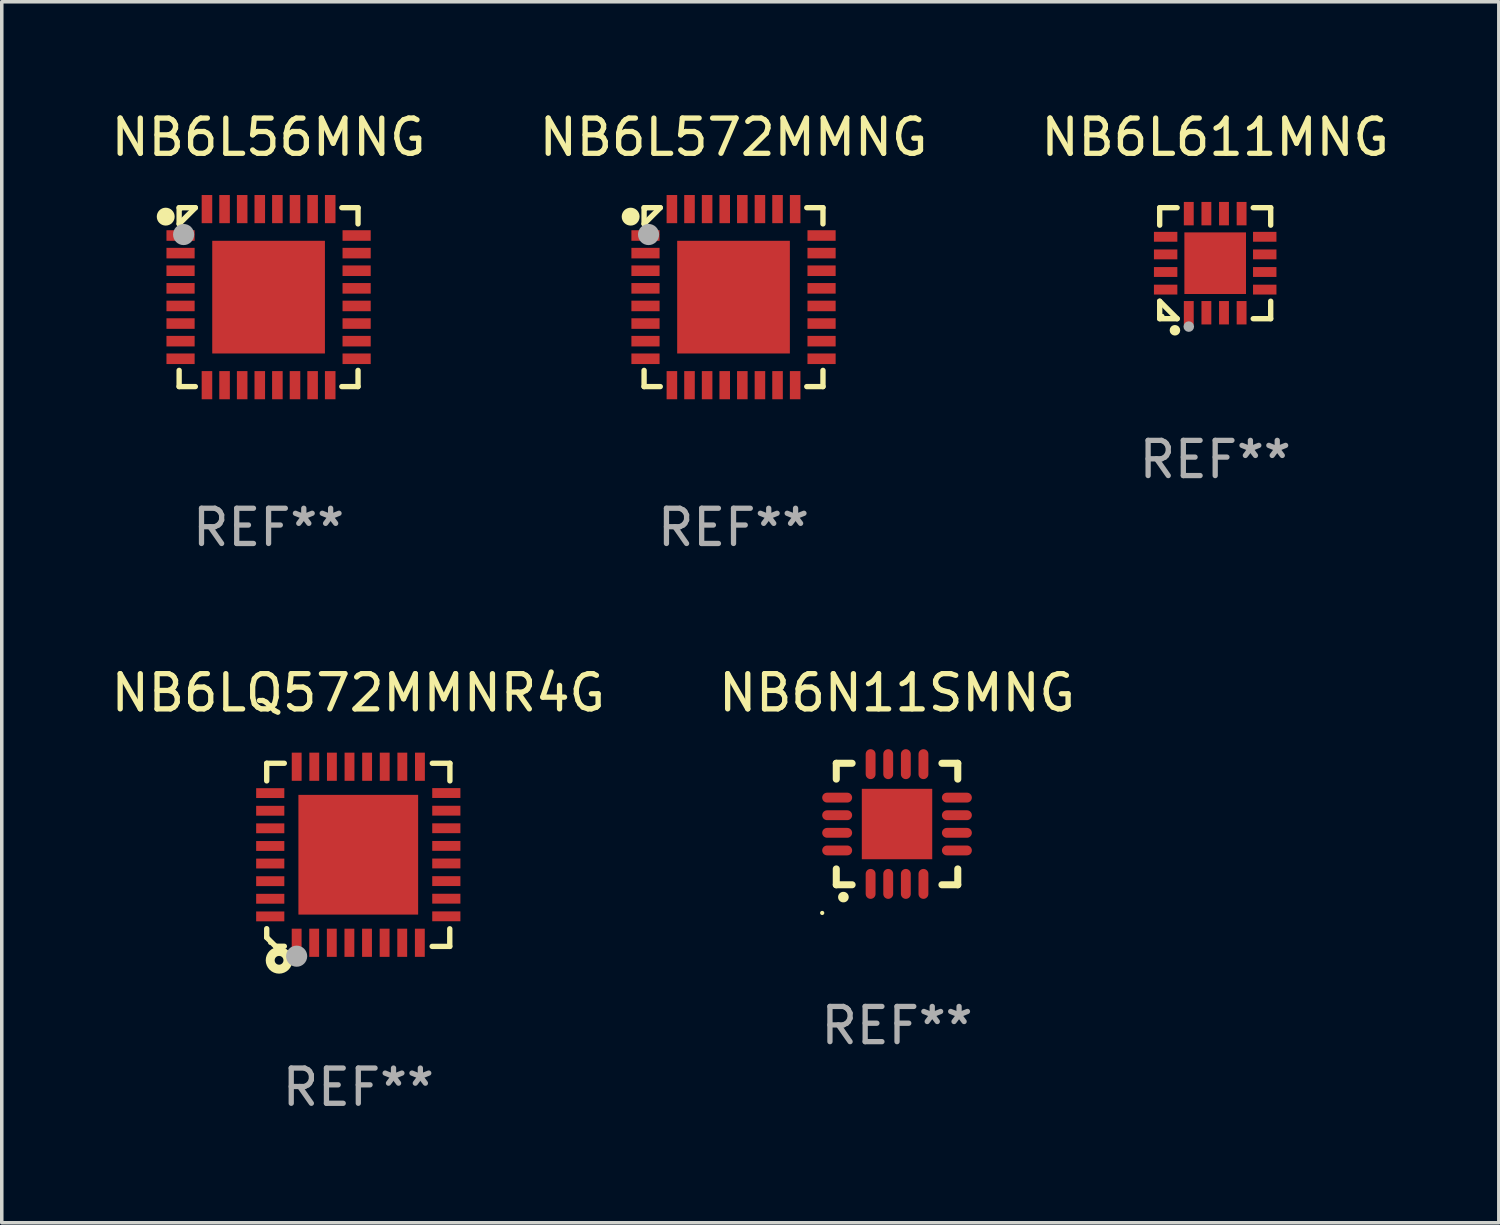
<source format=kicad_pcb>
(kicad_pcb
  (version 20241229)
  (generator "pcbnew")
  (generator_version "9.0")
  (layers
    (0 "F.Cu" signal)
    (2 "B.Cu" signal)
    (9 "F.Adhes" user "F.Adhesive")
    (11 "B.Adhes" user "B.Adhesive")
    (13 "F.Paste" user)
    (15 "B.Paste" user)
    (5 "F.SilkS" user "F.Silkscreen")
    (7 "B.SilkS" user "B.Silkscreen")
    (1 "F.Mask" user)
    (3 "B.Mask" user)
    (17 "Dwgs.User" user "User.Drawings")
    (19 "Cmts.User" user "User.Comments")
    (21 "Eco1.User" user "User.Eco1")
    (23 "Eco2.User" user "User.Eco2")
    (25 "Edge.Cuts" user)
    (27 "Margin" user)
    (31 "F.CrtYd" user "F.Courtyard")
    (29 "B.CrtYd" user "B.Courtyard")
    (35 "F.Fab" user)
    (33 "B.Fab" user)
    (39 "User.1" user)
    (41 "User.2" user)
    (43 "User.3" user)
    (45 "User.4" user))
  (footprint "NB6LQ572MMNR4G"
    (layer "F.Cu")
    (at 7.125 21.225)
    (property "Reference" "NB6LQ572MMNR4G" (at 0 -4.6 0) (layer "F.SilkS") (effects (font (size 1 1) (thickness 0.15))))
    (attr through_hole)
    (fp_line (start -2.601 2.097) (end -2.601 2.347) (stroke (width 0.152) (type solid)) (layer "F.SilkS"))
    (fp_line (start -2.601 2.347) (end -2.351 2.597) (stroke (width 0.152) (type solid)) (layer "F.SilkS"))
    (fp_line (start -2.601 -2.6) (end -2.601 -2.1) (stroke (width 0.152) (type solid)) (layer "F.SilkS"))
    (fp_line (start -2.601 -2.6) (end -2.101 -2.6) (stroke (width 0.152) (type solid)) (layer "F.SilkS"))
    (fp_line (start -2.351 2.597) (end -2.101 2.597) (stroke (width 0.152) (type solid)) (layer "F.SilkS"))
    (fp_line (start 2.597 2.6) (end 2.097 2.6) (stroke (width 0.152) (type solid)) (layer "F.SilkS"))
    (fp_line (start 2.597 2.6) (end 2.597 2.1) (stroke (width 0.152) (type solid)) (layer "F.SilkS"))
    (fp_line (start 2.601 -2.6) (end 2.101 -2.6) (stroke (width 0.152) (type solid)) (layer "F.SilkS"))
    (fp_line (start 2.601 -2.6) (end 2.601 -2.1) (stroke (width 0.152) (type solid)) (layer "F.SilkS"))
    (fp_circle (center -2.501 2.497) (end -2.471 2.497) (stroke (width 0.06) (type solid)) (fill no) (layer "F.SilkS"))
    (fp_circle (center -2.25 2.995) (end -2.125 2.995) (stroke (width 0.254) (type solid)) (fill no) (layer "F.SilkS"))
    (fp_circle (center -1.751 2.878) (end -1.601 2.878) (stroke (width 0.3) (type solid)) (fill no) (layer "F.Fab"))
    (fp_text user "REF**" (at 0 6.6 0) (layer "F.Fab") (effects (font (size 1 1) (thickness 0.15))))
    (pad "1" smd rect (at -1.751 2.497) (size 0.28 0.8) (layers "F.Cu" "F.Mask" "F.Paste"))
    (pad "2" smd rect (at -1.253 2.497) (size 0.28 0.8) (layers "F.Cu" "F.Mask" "F.Paste"))
    (pad "3" smd rect (at -0.753 2.497) (size 0.28 0.8) (layers "F.Cu" "F.Mask" "F.Paste"))
    (pad "4" smd rect (at -0.253 2.497) (size 0.28 0.8) (layers "F.Cu" "F.Mask" "F.Paste"))
    (pad "5" smd rect (at 0.247 2.497) (size 0.28 0.8) (layers "F.Cu" "F.Mask" "F.Paste"))
    (pad "6" smd rect (at 0.747 2.497) (size 0.28 0.8) (layers "F.Cu" "F.Mask" "F.Paste"))
    (pad "7" smd rect (at 1.247 2.497) (size 0.28 0.8) (layers "F.Cu" "F.Mask" "F.Paste"))
    (pad "8" smd rect (at 1.747 2.497) (size 0.28 0.8) (layers "F.Cu" "F.Mask" "F.Paste"))
    (pad "9" smd rect (at 2.499 1.746) (size 0.8 0.28) (layers "F.Cu" "F.Mask" "F.Paste"))
    (pad "10" smd rect (at 2.499 1.245) (size 0.8 0.28) (layers "F.Cu" "F.Mask" "F.Paste"))
    (pad "11" smd rect (at 2.499 0.746) (size 0.8 0.28) (layers "F.Cu" "F.Mask" "F.Paste"))
    (pad "12" smd rect (at 2.499 0.245) (size 0.8 0.28) (layers "F.Cu" "F.Mask" "F.Paste"))
    (pad "13" smd rect (at 2.499 -0.254) (size 0.8 0.28) (layers "F.Cu" "F.Mask" "F.Paste"))
    (pad "14" smd rect (at 2.499 -0.755) (size 0.8 0.28) (layers "F.Cu" "F.Mask" "F.Paste"))
    (pad "15" smd rect (at 2.499 -1.254) (size 0.8 0.28) (layers "F.Cu" "F.Mask" "F.Paste"))
    (pad "16" smd rect (at 2.499 -1.755) (size 0.8 0.28) (layers "F.Cu" "F.Mask" "F.Paste"))
    (pad "17" smd rect (at 1.75 -2.502) (size 0.28 0.8) (layers "F.Cu" "F.Mask" "F.Paste"))
    (pad "18" smd rect (at 1.25 -2.502) (size 0.28 0.8) (layers "F.Cu" "F.Mask" "F.Paste"))
    (pad "19" smd rect (at 0.75 -2.502) (size 0.28 0.8) (layers "F.Cu" "F.Mask" "F.Paste"))
    (pad "20" smd rect (at 0.25 -2.502) (size 0.28 0.8) (layers "F.Cu" "F.Mask" "F.Paste"))
    (pad "21" smd rect (at -0.25 -2.502) (size 0.28 0.8) (layers "F.Cu" "F.Mask" "F.Paste"))
    (pad "22" smd rect (at -0.75 -2.502) (size 0.28 0.8) (layers "F.Cu" "F.Mask" "F.Paste"))
    (pad "23" smd rect (at -1.25 -2.502) (size 0.28 0.8) (layers "F.Cu" "F.Mask" "F.Paste"))
    (pad "24" smd rect (at -1.75 -2.502) (size 0.28 0.8) (layers "F.Cu" "F.Mask" "F.Paste"))
    (pad "25" smd rect (at -2.501 -1.753) (size 0.8 0.28) (layers "F.Cu" "F.Mask" "F.Paste"))
    (pad "26" smd rect (at -2.501 -1.252) (size 0.8 0.28) (layers "F.Cu" "F.Mask" "F.Paste"))
    (pad "27" smd rect (at -2.501 -0.753) (size 0.8 0.28) (layers "F.Cu" "F.Mask" "F.Paste"))
    (pad "28" smd rect (at -2.501 -0.252) (size 0.8 0.28) (layers "F.Cu" "F.Mask" "F.Paste"))
    (pad "29" smd rect (at -2.501 0.247) (size 0.8 0.28) (layers "F.Cu" "F.Mask" "F.Paste"))
    (pad "30" smd rect (at -2.501 0.748) (size 0.8 0.28) (layers "F.Cu" "F.Mask" "F.Paste"))
    (pad "31" smd rect (at -2.501 1.247) (size 0.8 0.28) (layers "F.Cu" "F.Mask" "F.Paste"))
    (pad "32" smd rect (at -2.501 1.748) (size 0.8 0.28) (layers "F.Cu" "F.Mask" "F.Paste"))
    (pad "33" smd rect (at -0.001 -0.003 180) (size 3.4 3.4) (layers "F.Cu" "F.Mask" "F.Paste")))
  (footprint "NB6L56MNG"
    (layer "F.Cu")
    (at 4.577 5.388)
    (property "Reference" "NB6L56MNG" (at 0 -4.54 0) (layer "F.SilkS") (effects (font (size 1 1) (thickness 0.15))))
    (attr through_hole)
    (fp_line (start -2.54 -2.54) (end -2.08 -2.54) (stroke (width 0.152) (type solid)) (layer "F.SilkS"))
    (fp_line (start -2.54 -2.08) (end -2.54 -2.54) (stroke (width 0.152) (type solid)) (layer "F.SilkS"))
    (fp_line (start -2.54 -2.08) (end -2.08 -2.54) (stroke (width 0.152) (type solid)) (layer "F.SilkS"))
    (fp_line (start -2.54 2.54) (end -2.54 2.08) (stroke (width 0.152) (type solid)) (layer "F.SilkS"))
    (fp_line (start -2.08 2.54) (end -2.54 2.54) (stroke (width 0.152) (type solid)) (layer "F.SilkS"))
    (fp_line (start 2.08 -2.54) (end 2.54 -2.54) (stroke (width 0.152) (type solid)) (layer "F.SilkS"))
    (fp_line (start 2.54 -2.54) (end 2.54 -2.08) (stroke (width 0.152) (type solid)) (layer "F.SilkS"))
    (fp_line (start 2.54 2.08) (end 2.54 2.54) (stroke (width 0.152) (type solid)) (layer "F.SilkS"))
    (fp_line (start 2.54 2.54) (end 2.08 2.54) (stroke (width 0.152) (type solid)) (layer "F.SilkS"))
    (fp_circle (center -2.921 -2.286) (end -2.794 -2.286) (stroke (width 0.254) (type solid)) (fill no) (layer "F.SilkS"))
    (fp_circle (center -2.5 -2.5) (end -2.47 -2.5) (stroke (width 0.06) (type solid)) (fill no) (layer "F.SilkS"))
    (fp_circle (center -2.413 -1.778) (end -2.263 -1.778) (stroke (width 0.3) (type solid)) (fill no) (layer "F.Fab"))
    (fp_text user "REF**" (at 0 6.54 0) (layer "F.Fab") (effects (font (size 1 1) (thickness 0.15))))
    (pad "1" smd rect (at -2.5 -1.75 90) (size 0.3 0.8) (layers "F.Cu" "F.Mask" "F.Paste"))
    (pad "2" smd rect (at -2.5 -1.25 90) (size 0.3 0.8) (layers "F.Cu" "F.Mask" "F.Paste"))
    (pad "3" smd rect (at -2.5 -0.75 90) (size 0.3 0.8) (layers "F.Cu" "F.Mask" "F.Paste"))
    (pad "4" smd rect (at -2.5 -0.25 90) (size 0.3 0.8) (layers "F.Cu" "F.Mask" "F.Paste"))
    (pad "5" smd rect (at -2.5 0.25 90) (size 0.3 0.8) (layers "F.Cu" "F.Mask" "F.Paste"))
    (pad "6" smd rect (at -2.5 0.75 90) (size 0.3 0.8) (layers "F.Cu" "F.Mask" "F.Paste"))
    (pad "7" smd rect (at -2.5 1.25 90) (size 0.3 0.8) (layers "F.Cu" "F.Mask" "F.Paste"))
    (pad "8" smd rect (at -2.5 1.75 90) (size 0.3 0.8) (layers "F.Cu" "F.Mask" "F.Paste"))
    (pad "9" smd rect (at -1.75 2.5 180) (size 0.3 0.8) (layers "F.Cu" "F.Mask" "F.Paste"))
    (pad "10" smd rect (at -1.25 2.5 180) (size 0.3 0.8) (layers "F.Cu" "F.Mask" "F.Paste"))
    (pad "11" smd rect (at -0.75 2.5 180) (size 0.3 0.8) (layers "F.Cu" "F.Mask" "F.Paste"))
    (pad "12" smd rect (at -0.25 2.5 180) (size 0.3 0.8) (layers "F.Cu" "F.Mask" "F.Paste"))
    (pad "13" smd rect (at 0.25 2.5 180) (size 0.3 0.8) (layers "F.Cu" "F.Mask" "F.Paste"))
    (pad "14" smd rect (at 0.75 2.5 180) (size 0.3 0.8) (layers "F.Cu" "F.Mask" "F.Paste"))
    (pad "15" smd rect (at 1.25 2.5 180) (size 0.3 0.8) (layers "F.Cu" "F.Mask" "F.Paste"))
    (pad "16" smd rect (at 1.75 2.5 180) (size 0.3 0.8) (layers "F.Cu" "F.Mask" "F.Paste"))
    (pad "17" smd rect (at 2.5 1.75 270) (size 0.3 0.8) (layers "F.Cu" "F.Mask" "F.Paste"))
    (pad "18" smd rect (at 2.5 1.25 270) (size 0.3 0.8) (layers "F.Cu" "F.Mask" "F.Paste"))
    (pad "19" smd rect (at 2.5 0.75 270) (size 0.3 0.8) (layers "F.Cu" "F.Mask" "F.Paste"))
    (pad "20" smd rect (at 2.5 0.25 270) (size 0.3 0.8) (layers "F.Cu" "F.Mask" "F.Paste"))
    (pad "21" smd rect (at 2.5 -0.25 270) (size 0.3 0.8) (layers "F.Cu" "F.Mask" "F.Paste"))
    (pad "22" smd rect (at 2.5 -0.75 270) (size 0.3 0.8) (layers "F.Cu" "F.Mask" "F.Paste"))
    (pad "23" smd rect (at 2.5 -1.25 270) (size 0.3 0.8) (layers "F.Cu" "F.Mask" "F.Paste"))
    (pad "24" smd rect (at 2.5 -1.75 270) (size 0.3 0.8) (layers "F.Cu" "F.Mask" "F.Paste"))
    (pad "25" smd rect (at 1.75 -2.5) (size 0.3 0.8) (layers "F.Cu" "F.Mask" "F.Paste"))
    (pad "26" smd rect (at 1.25 -2.5) (size 0.3 0.8) (layers "F.Cu" "F.Mask" "F.Paste"))
    (pad "27" smd rect (at 0.75 -2.5) (size 0.3 0.8) (layers "F.Cu" "F.Mask" "F.Paste"))
    (pad "28" smd rect (at 0.25 -2.5) (size 0.3 0.8) (layers "F.Cu" "F.Mask" "F.Paste"))
    (pad "29" smd rect (at -0.25 -2.5) (size 0.3 0.8) (layers "F.Cu" "F.Mask" "F.Paste"))
    (pad "30" smd rect (at -0.75 -2.5) (size 0.3 0.8) (layers "F.Cu" "F.Mask" "F.Paste"))
    (pad "31" smd rect (at -1.25 -2.5) (size 0.3 0.8) (layers "F.Cu" "F.Mask" "F.Paste"))
    (pad "32" smd rect (at -1.75 -2.5) (size 0.3 0.8) (layers "F.Cu" "F.Mask" "F.Paste"))
    (pad "33" smd rect (at 0 0 90) (size 3.2 3.2) (layers "F.Cu" "F.Mask" "F.Paste")))
  (footprint "NB6L572MMNG"
    (layer "F.Cu")
    (at 17.78 5.388)
    (property "Reference" "NB6L572MMNG" (at 0 -4.54 0) (layer "F.SilkS") (effects (font (size 1 1) (thickness 0.15))))
    (attr through_hole)
    (fp_line (start -2.54 -2.54) (end -2.08 -2.54) (stroke (width 0.152) (type solid)) (layer "F.SilkS"))
    (fp_line (start -2.54 -2.08) (end -2.54 -2.54) (stroke (width 0.152) (type solid)) (layer "F.SilkS"))
    (fp_line (start -2.54 -2.08) (end -2.08 -2.54) (stroke (width 0.152) (type solid)) (layer "F.SilkS"))
    (fp_line (start -2.54 2.54) (end -2.54 2.08) (stroke (width 0.152) (type solid)) (layer "F.SilkS"))
    (fp_line (start -2.08 2.54) (end -2.54 2.54) (stroke (width 0.152) (type solid)) (layer "F.SilkS"))
    (fp_line (start 2.08 -2.54) (end 2.54 -2.54) (stroke (width 0.152) (type solid)) (layer "F.SilkS"))
    (fp_line (start 2.54 -2.54) (end 2.54 -2.08) (stroke (width 0.152) (type solid)) (layer "F.SilkS"))
    (fp_line (start 2.54 2.08) (end 2.54 2.54) (stroke (width 0.152) (type solid)) (layer "F.SilkS"))
    (fp_line (start 2.54 2.54) (end 2.08 2.54) (stroke (width 0.152) (type solid)) (layer "F.SilkS"))
    (fp_circle (center -2.921 -2.286) (end -2.794 -2.286) (stroke (width 0.254) (type solid)) (fill no) (layer "F.SilkS"))
    (fp_circle (center -2.5 -2.5) (end -2.47 -2.5) (stroke (width 0.06) (type solid)) (fill no) (layer "F.SilkS"))
    (fp_circle (center -2.413 -1.778) (end -2.263 -1.778) (stroke (width 0.3) (type solid)) (fill no) (layer "F.Fab"))
    (fp_text user "REF**" (at 0 6.54 0) (layer "F.Fab") (effects (font (size 1 1) (thickness 0.15))))
    (pad "1" smd rect (at -2.5 -1.75 90) (size 0.3 0.8) (layers "F.Cu" "F.Mask" "F.Paste"))
    (pad "2" smd rect (at -2.5 -1.25 90) (size 0.3 0.8) (layers "F.Cu" "F.Mask" "F.Paste"))
    (pad "3" smd rect (at -2.5 -0.75 90) (size 0.3 0.8) (layers "F.Cu" "F.Mask" "F.Paste"))
    (pad "4" smd rect (at -2.5 -0.25 90) (size 0.3 0.8) (layers "F.Cu" "F.Mask" "F.Paste"))
    (pad "5" smd rect (at -2.5 0.25 90) (size 0.3 0.8) (layers "F.Cu" "F.Mask" "F.Paste"))
    (pad "6" smd rect (at -2.5 0.75 90) (size 0.3 0.8) (layers "F.Cu" "F.Mask" "F.Paste"))
    (pad "7" smd rect (at -2.5 1.25 90) (size 0.3 0.8) (layers "F.Cu" "F.Mask" "F.Paste"))
    (pad "8" smd rect (at -2.5 1.75 90) (size 0.3 0.8) (layers "F.Cu" "F.Mask" "F.Paste"))
    (pad "9" smd rect (at -1.75 2.5 180) (size 0.3 0.8) (layers "F.Cu" "F.Mask" "F.Paste"))
    (pad "10" smd rect (at -1.25 2.5 180) (size 0.3 0.8) (layers "F.Cu" "F.Mask" "F.Paste"))
    (pad "11" smd rect (at -0.75 2.5 180) (size 0.3 0.8) (layers "F.Cu" "F.Mask" "F.Paste"))
    (pad "12" smd rect (at -0.25 2.5 180) (size 0.3 0.8) (layers "F.Cu" "F.Mask" "F.Paste"))
    (pad "13" smd rect (at 0.25 2.5 180) (size 0.3 0.8) (layers "F.Cu" "F.Mask" "F.Paste"))
    (pad "14" smd rect (at 0.75 2.5 180) (size 0.3 0.8) (layers "F.Cu" "F.Mask" "F.Paste"))
    (pad "15" smd rect (at 1.25 2.5 180) (size 0.3 0.8) (layers "F.Cu" "F.Mask" "F.Paste"))
    (pad "16" smd rect (at 1.75 2.5 180) (size 0.3 0.8) (layers "F.Cu" "F.Mask" "F.Paste"))
    (pad "17" smd rect (at 2.5 1.75 270) (size 0.3 0.8) (layers "F.Cu" "F.Mask" "F.Paste"))
    (pad "18" smd rect (at 2.5 1.25 270) (size 0.3 0.8) (layers "F.Cu" "F.Mask" "F.Paste"))
    (pad "19" smd rect (at 2.5 0.75 270) (size 0.3 0.8) (layers "F.Cu" "F.Mask" "F.Paste"))
    (pad "20" smd rect (at 2.5 0.25 270) (size 0.3 0.8) (layers "F.Cu" "F.Mask" "F.Paste"))
    (pad "21" smd rect (at 2.5 -0.25 270) (size 0.3 0.8) (layers "F.Cu" "F.Mask" "F.Paste"))
    (pad "22" smd rect (at 2.5 -0.75 270) (size 0.3 0.8) (layers "F.Cu" "F.Mask" "F.Paste"))
    (pad "23" smd rect (at 2.5 -1.25 270) (size 0.3 0.8) (layers "F.Cu" "F.Mask" "F.Paste"))
    (pad "24" smd rect (at 2.5 -1.75 270) (size 0.3 0.8) (layers "F.Cu" "F.Mask" "F.Paste"))
    (pad "25" smd rect (at 1.75 -2.5) (size 0.3 0.8) (layers "F.Cu" "F.Mask" "F.Paste"))
    (pad "26" smd rect (at 1.25 -2.5) (size 0.3 0.8) (layers "F.Cu" "F.Mask" "F.Paste"))
    (pad "27" smd rect (at 0.75 -2.5) (size 0.3 0.8) (layers "F.Cu" "F.Mask" "F.Paste"))
    (pad "28" smd rect (at 0.25 -2.5) (size 0.3 0.8) (layers "F.Cu" "F.Mask" "F.Paste"))
    (pad "29" smd rect (at -0.25 -2.5) (size 0.3 0.8) (layers "F.Cu" "F.Mask" "F.Paste"))
    (pad "30" smd rect (at -0.75 -2.5) (size 0.3 0.8) (layers "F.Cu" "F.Mask" "F.Paste"))
    (pad "31" smd rect (at -1.25 -2.5) (size 0.3 0.8) (layers "F.Cu" "F.Mask" "F.Paste"))
    (pad "32" smd rect (at -1.75 -2.5) (size 0.3 0.8) (layers "F.Cu" "F.Mask" "F.Paste"))
    (pad "33" smd rect (at 0 0 90) (size 3.2 3.2) (layers "F.Cu" "F.Mask" "F.Paste")))
  (footprint "NB6L611MNG"
    (layer "F.Cu")
    (at 31.458 4.424)
    (property "Reference" "NB6L611MNG" (at 0 -3.576 0) (layer "F.SilkS") (effects (font (size 1 1) (thickness 0.15))))
    (attr through_hole)
    (fp_line (start -1.576 -1.576) (end -1.08 -1.576) (stroke (width 0.152) (type solid)) (layer "F.SilkS"))
    (fp_line (start -1.576 -1.08) (end -1.576 -1.576) (stroke (width 0.152) (type solid)) (layer "F.SilkS"))
    (fp_line (start -1.576 1.08) (end -1.576 1.576) (stroke (width 0.152) (type solid)) (layer "F.SilkS"))
    (fp_line (start -1.576 1.576) (end -1.08 1.576) (stroke (width 0.152) (type solid)) (layer "F.SilkS"))
    (fp_line (start -1.08 1.576) (end -1.576 1.08) (stroke (width 0.152) (type solid)) (layer "F.SilkS"))
    (fp_line (start 1.576 -1.576) (end 1.08 -1.576) (stroke (width 0.152) (type solid)) (layer "F.SilkS"))
    (fp_line (start 1.576 -1.08) (end 1.576 -1.576) (stroke (width 0.152) (type solid)) (layer "F.SilkS"))
    (fp_line (start 1.576 1.08) (end 1.576 1.576) (stroke (width 0.152) (type solid)) (layer "F.SilkS"))
    (fp_line (start 1.576 1.576) (end 1.08 1.576) (stroke (width 0.152) (type solid)) (layer "F.SilkS"))
    (fp_circle (center -1.5 1.5) (end -1.47 1.5) (stroke (width 0.06) (type solid)) (fill no) (layer "F.SilkS"))
    (fp_circle (center -1.143 1.905) (end -1.068 1.905) (stroke (width 0.15) (type solid)) (fill no) (layer "F.SilkS"))
    (fp_circle (center -0.75 1.8) (end -0.675 1.8) (stroke (width 0.15) (type solid)) (fill no) (layer "F.Fab"))
    (fp_text user "REF**" (at 0 5.576 0) (layer "F.Fab") (effects (font (size 1 1) (thickness 0.15))))
    (pad "1" smd rect (at -0.75 1.407) (size 0.28 0.665) (layers "F.Cu" "F.Mask" "F.Paste"))
    (pad "2" smd rect (at -0.25 1.407) (size 0.28 0.665) (layers "F.Cu" "F.Mask" "F.Paste"))
    (pad "3" smd rect (at 0.25 1.407) (size 0.28 0.665) (layers "F.Cu" "F.Mask" "F.Paste"))
    (pad "4" smd rect (at 0.75 1.407) (size 0.28 0.665) (layers "F.Cu" "F.Mask" "F.Paste"))
    (pad "5" smd rect (at 1.407 0.75) (size 0.665 0.28) (layers "F.Cu" "F.Mask" "F.Paste"))
    (pad "6" smd rect (at 1.407 0.25) (size 0.665 0.28) (layers "F.Cu" "F.Mask" "F.Paste"))
    (pad "7" smd rect (at 1.407 -0.25) (size 0.665 0.28) (layers "F.Cu" "F.Mask" "F.Paste"))
    (pad "8" smd rect (at 1.407 -0.75) (size 0.665 0.28) (layers "F.Cu" "F.Mask" "F.Paste"))
    (pad "9" smd rect (at 0.75 -1.407) (size 0.28 0.665) (layers "F.Cu" "F.Mask" "F.Paste"))
    (pad "10" smd rect (at 0.25 -1.407) (size 0.28 0.665) (layers "F.Cu" "F.Mask" "F.Paste"))
    (pad "11" smd rect (at -0.25 -1.407) (size 0.28 0.665) (layers "F.Cu" "F.Mask" "F.Paste"))
    (pad "12" smd rect (at -0.75 -1.407) (size 0.28 0.665) (layers "F.Cu" "F.Mask" "F.Paste"))
    (pad "13" smd rect (at -1.407 -0.75) (size 0.665 0.28) (layers "F.Cu" "F.Mask" "F.Paste"))
    (pad "14" smd rect (at -1.407 -0.25) (size 0.665 0.28) (layers "F.Cu" "F.Mask" "F.Paste"))
    (pad "15" smd rect (at -1.407 0.25) (size 0.665 0.28) (layers "F.Cu" "F.Mask" "F.Paste"))
    (pad "16" smd rect (at -1.407 0.75) (size 0.665 0.28) (layers "F.Cu" "F.Mask" "F.Paste"))
    (pad "17" smd rect (at 0 0) (size 1.75 1.75) (layers "F.Cu" "F.Mask" "F.Paste")))
  (footprint "NB6N11SMNG"
    (layer "F.Cu")
    (at 22.423 20.35)
    (property "Reference" "NB6N11SMNG" (at 0 -3.725 0) (layer "F.SilkS") (effects (font (size 1 1) (thickness 0.15))))
    (attr through_hole)
    (fp_line (start -1.725 -1.725) (end -1.275 -1.725) (stroke (width 0.2) (type solid)) (layer "F.SilkS"))
    (fp_line (start -1.725 -1.275) (end -1.725 -1.725) (stroke (width 0.2) (type solid)) (layer "F.SilkS"))
    (fp_line (start -1.725 1.725) (end -1.725 1.275) (stroke (width 0.2) (type solid)) (layer "F.SilkS"))
    (fp_line (start -1.275 1.725) (end -1.725 1.725) (stroke (width 0.2) (type solid)) (layer "F.SilkS"))
    (fp_line (start 1.725 -1.725) (end 1.275 -1.725) (stroke (width 0.2) (type solid)) (layer "F.SilkS"))
    (fp_line (start 1.725 -1.275) (end 1.725 -1.725) (stroke (width 0.2) (type solid)) (layer "F.SilkS"))
    (fp_line (start 1.725 1.275) (end 1.725 1.725) (stroke (width 0.2) (type solid)) (layer "F.SilkS"))
    (fp_line (start 1.725 1.725) (end 1.275 1.725) (stroke (width 0.2) (type solid)) (layer "F.SilkS"))
    (fp_arc (start -1.524003 2.075184) (mid -1.522733 2.075179) (end -1.521463 2.075184) (stroke (width 0.3) (type solid)) (layer "F.SilkS"))
    (fp_circle (center -2.125 2.525) (end -2.095 2.525) (stroke (width 0.06) (type solid)) (fill no) (layer "F.SilkS"))
    (fp_text user "REF**" (at 0 5.725 0) (layer "F.Fab") (effects (font (size 1 1) (thickness 0.15))))
    (pad "1" smd oval (at -0.75 1.7 180) (size 0.28 0.85) (layers "F.Cu" "F.Mask" "F.Paste"))
    (pad "2" smd oval (at -0.25 1.7 180) (size 0.28 0.85) (layers "F.Cu" "F.Mask" "F.Paste"))
    (pad "3" smd oval (at 0.25 1.7 180) (size 0.28 0.85) (layers "F.Cu" "F.Mask" "F.Paste"))
    (pad "4" smd oval (at 0.75 1.7 180) (size 0.28 0.85) (layers "F.Cu" "F.Mask" "F.Paste"))
    (pad "5" smd oval (at 1.7 0.75 90) (size 0.28 0.85) (layers "F.Cu" "F.Mask" "F.Paste"))
    (pad "6" smd oval (at 1.7 0.25 90) (size 0.28 0.85) (layers "F.Cu" "F.Mask" "F.Paste"))
    (pad "7" smd oval (at 1.7 -0.25 90) (size 0.28 0.85) (layers "F.Cu" "F.Mask" "F.Paste"))
    (pad "8" smd oval (at 1.7 -0.75 90) (size 0.28 0.85) (layers "F.Cu" "F.Mask" "F.Paste"))
    (pad "9" smd oval (at 0.75 -1.7 180) (size 0.28 0.85) (layers "F.Cu" "F.Mask" "F.Paste"))
    (pad "10" smd oval (at 0.25 -1.7 180) (size 0.28 0.85) (layers "F.Cu" "F.Mask" "F.Paste"))
    (pad "11" smd oval (at -0.25 -1.7 180) (size 0.28 0.85) (layers "F.Cu" "F.Mask" "F.Paste"))
    (pad "12" smd oval (at -0.75 -1.7 180) (size 0.28 0.85) (layers "F.Cu" "F.Mask" "F.Paste"))
    (pad "13" smd oval (at -1.7 -0.75 90) (size 0.28 0.85) (layers "F.Cu" "F.Mask" "F.Paste"))
    (pad "14" smd oval (at -1.7 -0.25 90) (size 0.28 0.85) (layers "F.Cu" "F.Mask" "F.Paste"))
    (pad "15" smd oval (at -1.7 0.25 90) (size 0.28 0.85) (layers "F.Cu" "F.Mask" "F.Paste"))
    (pad "16" smd oval (at -1.7 0.75 90) (size 0.28 0.85) (layers "F.Cu" "F.Mask" "F.Paste"))
    (pad "17" smd rect (at 0 0 90) (size 2 2) (layers "F.Cu" "F.Mask" "F.Paste")))
  (gr_rect
    (start -3 -3)
    (end 39.512 31.673)
    (stroke (width 0.1) (type default))
    (fill no)
    (layer "Edge.Cuts")))
</source>
